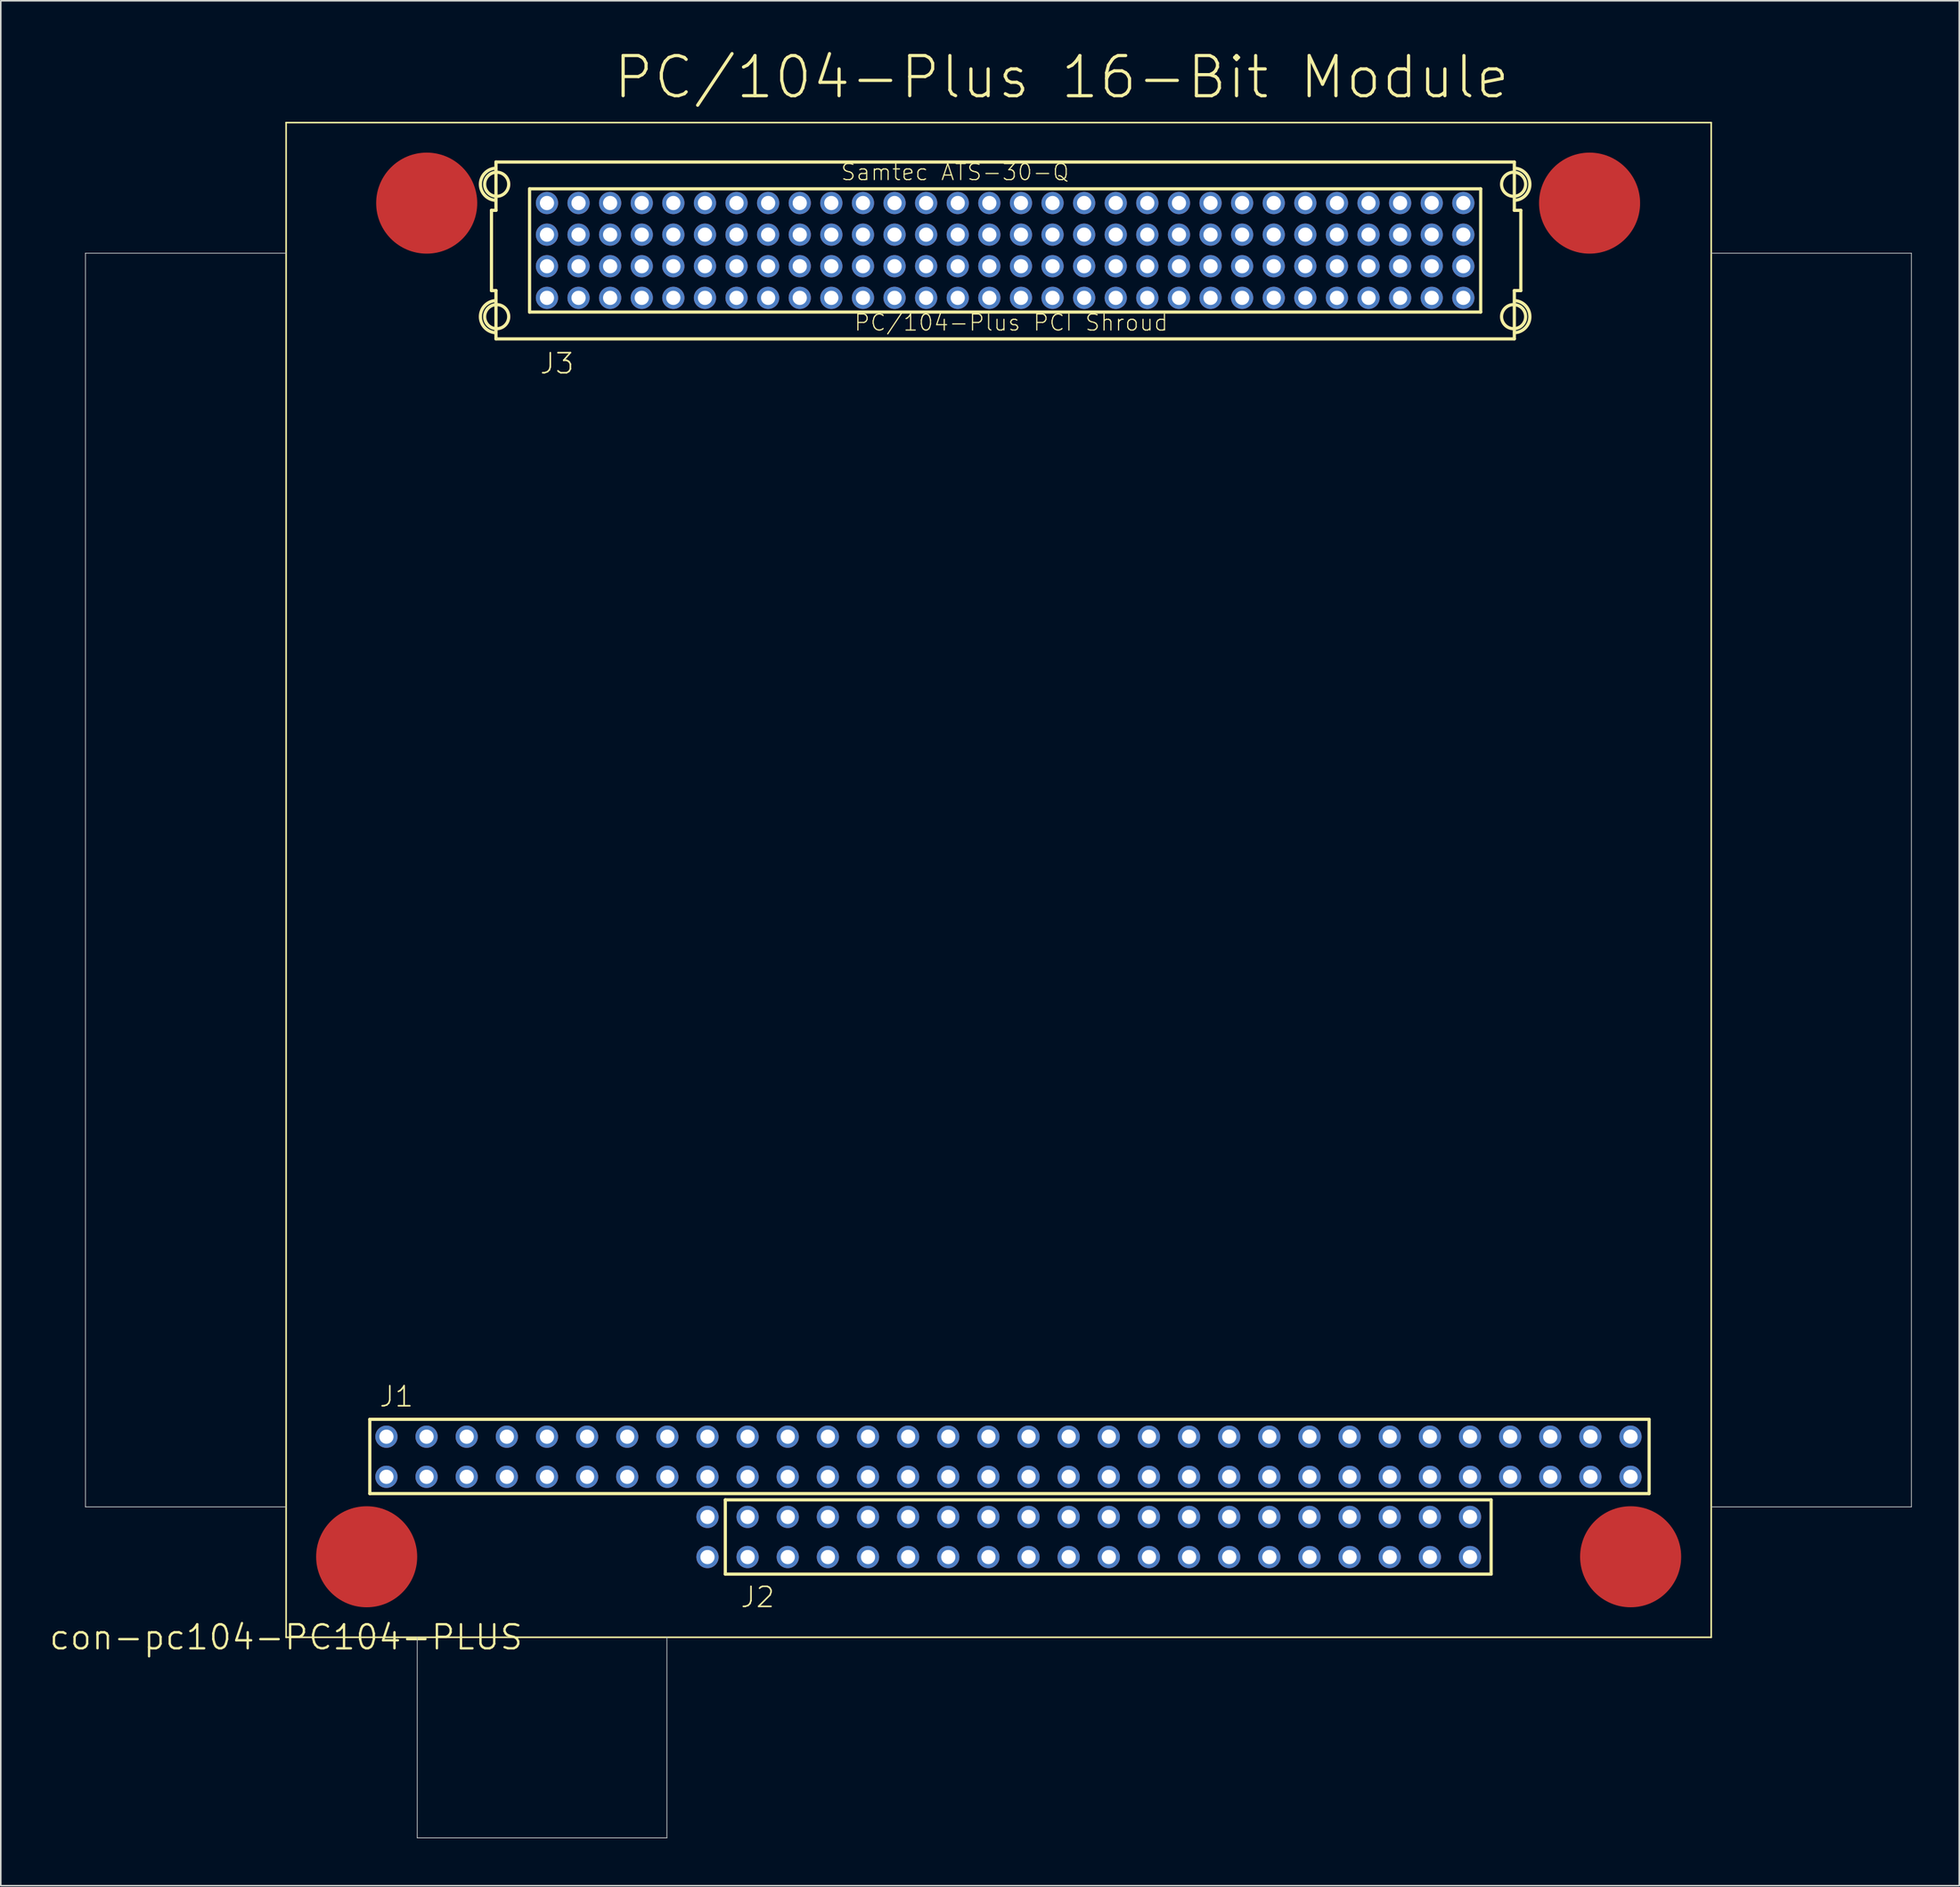
<source format=kicad_pcb>
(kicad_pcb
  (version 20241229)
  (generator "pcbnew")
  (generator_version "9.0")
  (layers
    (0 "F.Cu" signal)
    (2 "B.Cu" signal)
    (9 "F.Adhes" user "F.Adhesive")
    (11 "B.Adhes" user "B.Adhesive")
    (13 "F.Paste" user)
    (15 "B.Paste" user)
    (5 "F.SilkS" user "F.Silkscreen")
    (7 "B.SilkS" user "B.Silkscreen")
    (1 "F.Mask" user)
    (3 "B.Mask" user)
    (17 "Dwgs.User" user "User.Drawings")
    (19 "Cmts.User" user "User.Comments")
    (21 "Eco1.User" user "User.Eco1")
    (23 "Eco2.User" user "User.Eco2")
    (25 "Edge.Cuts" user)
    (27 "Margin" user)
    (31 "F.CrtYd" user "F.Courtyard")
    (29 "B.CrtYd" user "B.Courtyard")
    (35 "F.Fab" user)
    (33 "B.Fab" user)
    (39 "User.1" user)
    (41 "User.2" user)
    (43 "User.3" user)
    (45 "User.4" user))
  (footprint "con-pc104-PC104-PLUS"
    (layer "F.Cu")
    (at 15.059 100.61)
    (property "Reference" "con-pc104-PC104-PLUS" (at 0 0 0) (layer "F.SilkS") (effects (font (size 1.524 1.524) (thickness 0.15))))
    (attr exclude_from_pos_files exclude_from_bom)
    (fp_circle (center 5.098 -5.098) (end 5.098 -8.296) (stroke (width 0) (type solid)) (fill yes) (layer "F.Cu"))
    (fp_circle (center 8.898 -90.8) (end 8.898 -93.998) (stroke (width 0) (type solid)) (fill yes) (layer "F.Cu"))
    (fp_circle (center 82.499 -90.8) (end 82.499 -93.998) (stroke (width 0) (type solid)) (fill yes) (layer "F.Cu"))
    (fp_circle (center 85.098 -5.098) (end 85.098 -8.296) (stroke (width 0) (type solid)) (fill yes) (layer "F.Cu"))
    (fp_line (start 0 -95.898) (end 0 0) (stroke (width 0.1) (type solid)) (layer "F.SilkS"))
    (fp_line (start 0 0) (end 90.198 0) (stroke (width 0.1) (type solid)) (layer "F.SilkS"))
    (fp_line (start 5.298 -13.8) (end 86.269 -13.8) (stroke (width 0.203) (type solid)) (layer "F.SilkS"))
    (fp_line (start 5.298 -9.098) (end 5.298 -13.8) (stroke (width 0.203) (type solid)) (layer "F.SilkS"))
    (fp_line (start 12.997 -90.343) (end 13.282 -90.343) (stroke (width 0.203) (type solid)) (layer "F.SilkS"))
    (fp_line (start 12.997 -85.263) (end 12.997 -90.343) (stroke (width 0.203) (type solid)) (layer "F.SilkS"))
    (fp_line (start 13.282 -93.403) (end 77.737 -93.403) (stroke (width 0.203) (type solid)) (layer "F.SilkS"))
    (fp_line (start 13.282 -90.343) (end 13.282 -93.403) (stroke (width 0.203) (type solid)) (layer "F.SilkS"))
    (fp_line (start 13.282 -85.263) (end 12.997 -85.263) (stroke (width 0.203) (type solid)) (layer "F.SilkS"))
    (fp_line (start 13.282 -82.205) (end 13.282 -85.263) (stroke (width 0.203) (type solid)) (layer "F.SilkS"))
    (fp_line (start 15.408 -91.704) (end 75.608 -91.704) (stroke (width 0.203) (type solid)) (layer "F.SilkS"))
    (fp_line (start 15.408 -83.904) (end 15.408 -91.704) (stroke (width 0.203) (type solid)) (layer "F.SilkS"))
    (fp_line (start 27.798 -8.7) (end 76.269 -8.7) (stroke (width 0.203) (type solid)) (layer "F.SilkS"))
    (fp_line (start 27.798 -3.998) (end 27.798 -8.7) (stroke (width 0.203) (type solid)) (layer "F.SilkS"))
    (fp_line (start 75.608 -91.704) (end 75.608 -83.904) (stroke (width 0.203) (type solid)) (layer "F.SilkS"))
    (fp_line (start 75.608 -83.904) (end 15.408 -83.904) (stroke (width 0.203) (type solid)) (layer "F.SilkS"))
    (fp_line (start 76.269 -8.7) (end 76.269 -3.998) (stroke (width 0.203) (type solid)) (layer "F.SilkS"))
    (fp_line (start 76.269 -3.998) (end 27.798 -3.998) (stroke (width 0.203) (type solid)) (layer "F.SilkS"))
    (fp_line (start 77.737 -93.403) (end 77.737 -90.343) (stroke (width 0.203) (type solid)) (layer "F.SilkS"))
    (fp_line (start 77.737 -90.343) (end 78.148 -90.343) (stroke (width 0.203) (type solid)) (layer "F.SilkS"))
    (fp_line (start 77.737 -85.263) (end 77.737 -82.205) (stroke (width 0.203) (type solid)) (layer "F.SilkS"))
    (fp_line (start 77.737 -82.205) (end 13.282 -82.205) (stroke (width 0.203) (type solid)) (layer "F.SilkS"))
    (fp_line (start 78.148 -90.343) (end 78.148 -85.263) (stroke (width 0.203) (type solid)) (layer "F.SilkS"))
    (fp_line (start 78.148 -85.263) (end 77.737 -85.263) (stroke (width 0.203) (type solid)) (layer "F.SilkS"))
    (fp_line (start 86.269 -13.8) (end 86.269 -9.098) (stroke (width 0.203) (type solid)) (layer "F.SilkS"))
    (fp_line (start 86.269 -9.098) (end 5.298 -9.098) (stroke (width 0.203) (type solid)) (layer "F.SilkS"))
    (fp_line (start 90.198 -95.898) (end 0 -95.898) (stroke (width 0.1) (type solid)) (layer "F.SilkS"))
    (fp_line (start 90.198 0) (end 90.198 -95.898) (stroke (width 0.1) (type solid)) (layer "F.SilkS"))
    (fp_arc (start 13.25118 -90.97772) (mid 12.296698 -91.9933) (end 13.250341 -93.009667) (stroke (width 0.2032) (type solid)) (layer "F.SilkS"))
    (fp_arc (start 13.25118 -82.59572) (mid 12.296698 -83.6113) (end 13.250341 -84.627667) (stroke (width 0.2032) (type solid)) (layer "F.SilkS"))
    (fp_arc (start 77.76718 -93.00972) (mid 78.721662 -91.99414) (end 77.768019 -90.977773) (stroke (width 0.2032) (type solid)) (layer "F.SilkS"))
    (fp_arc (start 77.76718 -84.62772) (mid 78.721662 -83.61214) (end 77.768019 -82.595773) (stroke (width 0.2032) (type solid)) (layer "F.SilkS"))
    (fp_circle (center 13.327 -91.994) (end 13.327 -92.756) (stroke (width 0.203) (type solid)) (fill no) (layer "F.SilkS"))
    (fp_circle (center 13.327 -83.612) (end 13.327 -84.374) (stroke (width 0.203) (type solid)) (fill no) (layer "F.SilkS"))
    (fp_circle (center 77.691 -91.994) (end 77.691 -92.756) (stroke (width 0.203) (type solid)) (fill no) (layer "F.SilkS"))
    (fp_circle (center 77.691 -83.612) (end 77.691 -84.374) (stroke (width 0.203) (type solid)) (fill no) (layer "F.SilkS"))
    (fp_line (start -12.7 -87.63) (end -12.7 -8.255) (stroke (width 0.051) (type solid)) (layer "Dwgs.User"))
    (fp_line (start -12.7 -8.255) (end 0 -8.255) (stroke (width 0.051) (type solid)) (layer "Dwgs.User"))
    (fp_line (start 0 -87.63) (end -12.7 -87.63) (stroke (width 0.051) (type solid)) (layer "Dwgs.User"))
    (fp_line (start 8.298 0) (end 8.298 12.7) (stroke (width 0.051) (type solid)) (layer "Dwgs.User"))
    (fp_line (start 8.298 12.7) (end 24.1 12.7) (stroke (width 0.051) (type solid)) (layer "Dwgs.User"))
    (fp_line (start 24.1 12.7) (end 24.1 0) (stroke (width 0.051) (type solid)) (layer "Dwgs.User"))
    (fp_line (start 90.221 -8.255) (end 102.87 -8.255) (stroke (width 0.051) (type solid)) (layer "Dwgs.User"))
    (fp_line (start 102.87 -87.63) (end 90.17 -87.63) (stroke (width 0.051) (type solid)) (layer "Dwgs.User"))
    (fp_line (start 102.87 -8.255) (end 102.87 -87.63) (stroke (width 0.051) (type solid)) (layer "Dwgs.User"))
    (fp_text user "PC/104-Plus PCI Shroud" (at 45.89 -83.231 0) (layer "F.SilkS") (effects (font (size 1.016 1.016) (thickness 0.076))))
    (fp_text user "PC/104-Plus 16-Bit Module" (at 49.088 -98.768 0) (layer "F.SilkS") (effects (font (size 2.54 2.54) (thickness 0.203))))
    (fp_text user "J3" (at 17.145 -80.645 0) (layer "F.SilkS") (effects (font (size 1.27 1.27) (thickness 0.102))))
    (fp_text user "J2" (at 29.845 -2.54 0) (layer "F.SilkS") (effects (font (size 1.27 1.27) (thickness 0.102))))
    (fp_text user "J1" (at 6.985 -15.24 0) (layer "F.SilkS") (effects (font (size 1.27 1.27) (thickness 0.102))))
    (fp_text user "Samtec ATS-30-Q" (at 42.334 -92.756 0) (layer "F.SilkS") (effects (font (size 1.016 1.016) (thickness 0.076))))
    (pad "A1" thru_hole circle (at 6.35 -10.16) (size 1.407 1.407) (drill 0.899) (layers "*.Cu" "*.Paste" "*.Mask"))
    (pad "A2" thru_hole circle (at 8.89 -10.16) (size 1.407 1.407) (drill 0.899) (layers "*.Cu" "*.Paste" "*.Mask"))
    (pad "A3" thru_hole circle (at 11.43 -10.16) (size 1.407 1.407) (drill 0.899) (layers "*.Cu" "*.Paste" "*.Mask"))
    (pad "A4" thru_hole circle (at 13.97 -10.16) (size 1.407 1.407) (drill 0.899) (layers "*.Cu" "*.Paste" "*.Mask"))
    (pad "A5" thru_hole circle (at 16.51 -10.16) (size 1.407 1.407) (drill 0.899) (layers "*.Cu" "*.Paste" "*.Mask"))
    (pad "A6" thru_hole circle (at 19.05 -10.16) (size 1.407 1.407) (drill 0.899) (layers "*.Cu" "*.Paste" "*.Mask"))
    (pad "A7" thru_hole circle (at 21.59 -10.16) (size 1.407 1.407) (drill 0.899) (layers "*.Cu" "*.Paste" "*.Mask"))
    (pad "A8" thru_hole circle (at 24.13 -10.16) (size 1.407 1.407) (drill 0.899) (layers "*.Cu" "*.Paste" "*.Mask"))
    (pad "A9" thru_hole circle (at 26.67 -10.16) (size 1.407 1.407) (drill 0.899) (layers "*.Cu" "*.Paste" "*.Mask"))
    (pad "A10" thru_hole circle (at 29.21 -10.16) (size 1.407 1.407) (drill 0.899) (layers "*.Cu" "*.Paste" "*.Mask"))
    (pad "A11" thru_hole circle (at 31.75 -10.16) (size 1.407 1.407) (drill 0.899) (layers "*.Cu" "*.Paste" "*.Mask"))
    (pad "A12" thru_hole circle (at 34.29 -10.16) (size 1.407 1.407) (drill 0.899) (layers "*.Cu" "*.Paste" "*.Mask"))
    (pad "A13" thru_hole circle (at 36.83 -10.16) (size 1.407 1.407) (drill 0.899) (layers "*.Cu" "*.Paste" "*.Mask"))
    (pad "A14" thru_hole circle (at 39.37 -10.16) (size 1.407 1.407) (drill 0.899) (layers "*.Cu" "*.Paste" "*.Mask"))
    (pad "A15" thru_hole circle (at 41.91 -10.16) (size 1.407 1.407) (drill 0.899) (layers "*.Cu" "*.Paste" "*.Mask"))
    (pad "A16" thru_hole circle (at 44.45 -10.16) (size 1.407 1.407) (drill 0.899) (layers "*.Cu" "*.Paste" "*.Mask"))
    (pad "A17" thru_hole circle (at 46.99 -10.16) (size 1.407 1.407) (drill 0.899) (layers "*.Cu" "*.Paste" "*.Mask"))
    (pad "A18" thru_hole circle (at 49.53 -10.16) (size 1.407 1.407) (drill 0.899) (layers "*.Cu" "*.Paste" "*.Mask"))
    (pad "A19" thru_hole circle (at 52.07 -10.16) (size 1.407 1.407) (drill 0.899) (layers "*.Cu" "*.Paste" "*.Mask"))
    (pad "A20" thru_hole circle (at 54.61 -10.16) (size 1.407 1.407) (drill 0.899) (layers "*.Cu" "*.Paste" "*.Mask"))
    (pad "A21" thru_hole circle (at 57.15 -10.16) (size 1.407 1.407) (drill 0.899) (layers "*.Cu" "*.Paste" "*.Mask"))
    (pad "A22" thru_hole circle (at 59.69 -10.16) (size 1.407 1.407) (drill 0.899) (layers "*.Cu" "*.Paste" "*.Mask"))
    (pad "A23" thru_hole circle (at 62.23 -10.16) (size 1.407 1.407) (drill 0.899) (layers "*.Cu" "*.Paste" "*.Mask"))
    (pad "A24" thru_hole circle (at 64.77 -10.16) (size 1.407 1.407) (drill 0.899) (layers "*.Cu" "*.Paste" "*.Mask"))
    (pad "A25" thru_hole circle (at 67.31 -10.16) (size 1.407 1.407) (drill 0.899) (layers "*.Cu" "*.Paste" "*.Mask"))
    (pad "A26" thru_hole circle (at 69.85 -10.16) (size 1.407 1.407) (drill 0.899) (layers "*.Cu" "*.Paste" "*.Mask"))
    (pad "A27" thru_hole circle (at 72.39 -10.16) (size 1.407 1.407) (drill 0.899) (layers "*.Cu" "*.Paste" "*.Mask"))
    (pad "A28" thru_hole circle (at 74.93 -10.16) (size 1.407 1.407) (drill 0.899) (layers "*.Cu" "*.Paste" "*.Mask"))
    (pad "A29" thru_hole circle (at 77.47 -10.16) (size 1.407 1.407) (drill 0.899) (layers "*.Cu" "*.Paste" "*.Mask"))
    (pad "A30" thru_hole circle (at 80.01 -10.16) (size 1.407 1.407) (drill 0.899) (layers "*.Cu" "*.Paste" "*.Mask"))
    (pad "A31" thru_hole circle (at 82.55 -10.16) (size 1.407 1.407) (drill 0.899) (layers "*.Cu" "*.Paste" "*.Mask"))
    (pad "A32" thru_hole circle (at 85.09 -10.16) (size 1.407 1.407) (drill 0.899) (layers "*.Cu" "*.Paste" "*.Mask"))
    (pad "B1" thru_hole circle (at 6.35 -12.7) (size 1.407 1.407) (drill 0.899) (layers "*.Cu" "*.Paste" "*.Mask"))
    (pad "B2" thru_hole circle (at 8.89 -12.7) (size 1.407 1.407) (drill 0.899) (layers "*.Cu" "*.Paste" "*.Mask"))
    (pad "B3" thru_hole circle (at 11.43 -12.7) (size 1.407 1.407) (drill 0.899) (layers "*.Cu" "*.Paste" "*.Mask"))
    (pad "B4" thru_hole circle (at 13.97 -12.7) (size 1.407 1.407) (drill 0.899) (layers "*.Cu" "*.Paste" "*.Mask"))
    (pad "B5" thru_hole circle (at 16.51 -12.7) (size 1.407 1.407) (drill 0.899) (layers "*.Cu" "*.Paste" "*.Mask"))
    (pad "B6" thru_hole circle (at 19.05 -12.7) (size 1.407 1.407) (drill 0.899) (layers "*.Cu" "*.Paste" "*.Mask"))
    (pad "B7" thru_hole circle (at 21.59 -12.7) (size 1.407 1.407) (drill 0.899) (layers "*.Cu" "*.Paste" "*.Mask"))
    (pad "B8" thru_hole circle (at 24.13 -12.7) (size 1.407 1.407) (drill 0.899) (layers "*.Cu" "*.Paste" "*.Mask"))
    (pad "B9" thru_hole circle (at 26.67 -12.7) (size 1.407 1.407) (drill 0.899) (layers "*.Cu" "*.Paste" "*.Mask"))
    (pad "B10" thru_hole circle (at 29.21 -12.7) (size 1.407 1.407) (drill 0.899) (layers "*.Cu" "*.Paste" "*.Mask"))
    (pad "B11" thru_hole circle (at 31.75 -12.7) (size 1.407 1.407) (drill 0.899) (layers "*.Cu" "*.Paste" "*.Mask"))
    (pad "B12" thru_hole circle (at 34.29 -12.7) (size 1.407 1.407) (drill 0.899) (layers "*.Cu" "*.Paste" "*.Mask"))
    (pad "B13" thru_hole circle (at 36.83 -12.7) (size 1.407 1.407) (drill 0.899) (layers "*.Cu" "*.Paste" "*.Mask"))
    (pad "B14" thru_hole circle (at 39.37 -12.7) (size 1.407 1.407) (drill 0.899) (layers "*.Cu" "*.Paste" "*.Mask"))
    (pad "B15" thru_hole circle (at 41.91 -12.7) (size 1.407 1.407) (drill 0.899) (layers "*.Cu" "*.Paste" "*.Mask"))
    (pad "B16" thru_hole circle (at 44.45 -12.7) (size 1.407 1.407) (drill 0.899) (layers "*.Cu" "*.Paste" "*.Mask"))
    (pad "B17" thru_hole circle (at 46.99 -12.7) (size 1.407 1.407) (drill 0.899) (layers "*.Cu" "*.Paste" "*.Mask"))
    (pad "B18" thru_hole circle (at 49.53 -12.7) (size 1.407 1.407) (drill 0.899) (layers "*.Cu" "*.Paste" "*.Mask"))
    (pad "B19" thru_hole circle (at 52.07 -12.7) (size 1.407 1.407) (drill 0.899) (layers "*.Cu" "*.Paste" "*.Mask"))
    (pad "B20" thru_hole circle (at 54.61 -12.7) (size 1.407 1.407) (drill 0.899) (layers "*.Cu" "*.Paste" "*.Mask"))
    (pad "B21" thru_hole circle (at 57.15 -12.7) (size 1.407 1.407) (drill 0.899) (layers "*.Cu" "*.Paste" "*.Mask"))
    (pad "B22" thru_hole circle (at 59.69 -12.7) (size 1.407 1.407) (drill 0.899) (layers "*.Cu" "*.Paste" "*.Mask"))
    (pad "B23" thru_hole circle (at 62.23 -12.7) (size 1.407 1.407) (drill 0.899) (layers "*.Cu" "*.Paste" "*.Mask"))
    (pad "B24" thru_hole circle (at 64.77 -12.7) (size 1.407 1.407) (drill 0.899) (layers "*.Cu" "*.Paste" "*.Mask"))
    (pad "B25" thru_hole circle (at 67.31 -12.7) (size 1.407 1.407) (drill 0.899) (layers "*.Cu" "*.Paste" "*.Mask"))
    (pad "B26" thru_hole circle (at 69.85 -12.7) (size 1.407 1.407) (drill 0.899) (layers "*.Cu" "*.Paste" "*.Mask"))
    (pad "B27" thru_hole circle (at 72.39 -12.7) (size 1.407 1.407) (drill 0.899) (layers "*.Cu" "*.Paste" "*.Mask"))
    (pad "B28" thru_hole circle (at 74.93 -12.7) (size 1.407 1.407) (drill 0.899) (layers "*.Cu" "*.Paste" "*.Mask"))
    (pad "B29" thru_hole circle (at 77.47 -12.7) (size 1.407 1.407) (drill 0.899) (layers "*.Cu" "*.Paste" "*.Mask"))
    (pad "B30" thru_hole circle (at 80.01 -12.7) (size 1.407 1.407) (drill 0.899) (layers "*.Cu" "*.Paste" "*.Mask"))
    (pad "B31" thru_hole circle (at 82.55 -12.7) (size 1.407 1.407) (drill 0.899) (layers "*.Cu" "*.Paste" "*.Mask"))
    (pad "B32" thru_hole circle (at 85.09 -12.7) (size 1.407 1.407) (drill 0.899) (layers "*.Cu" "*.Paste" "*.Mask"))
    (pad "C0" thru_hole circle (at 26.67 -7.62) (size 1.407 1.407) (drill 0.899) (layers "*.Cu" "*.Paste" "*.Mask"))
    (pad "C1" thru_hole circle (at 29.21 -7.62) (size 1.407 1.407) (drill 0.899) (layers "*.Cu" "*.Paste" "*.Mask"))
    (pad "C2" thru_hole circle (at 31.75 -7.62) (size 1.407 1.407) (drill 0.899) (layers "*.Cu" "*.Paste" "*.Mask"))
    (pad "C3" thru_hole circle (at 34.29 -7.62) (size 1.407 1.407) (drill 0.899) (layers "*.Cu" "*.Paste" "*.Mask"))
    (pad "C4" thru_hole circle (at 36.83 -7.62) (size 1.407 1.407) (drill 0.899) (layers "*.Cu" "*.Paste" "*.Mask"))
    (pad "C5" thru_hole circle (at 39.37 -7.62) (size 1.407 1.407) (drill 0.899) (layers "*.Cu" "*.Paste" "*.Mask"))
    (pad "C6" thru_hole circle (at 41.91 -7.62) (size 1.407 1.407) (drill 0.899) (layers "*.Cu" "*.Paste" "*.Mask"))
    (pad "C7" thru_hole circle (at 44.45 -7.62) (size 1.407 1.407) (drill 0.899) (layers "*.Cu" "*.Paste" "*.Mask"))
    (pad "C8" thru_hole circle (at 46.99 -7.62) (size 1.407 1.407) (drill 0.899) (layers "*.Cu" "*.Paste" "*.Mask"))
    (pad "C9" thru_hole circle (at 49.53 -7.62) (size 1.407 1.407) (drill 0.899) (layers "*.Cu" "*.Paste" "*.Mask"))
    (pad "C10" thru_hole circle (at 52.07 -7.62) (size 1.407 1.407) (drill 0.899) (layers "*.Cu" "*.Paste" "*.Mask"))
    (pad "C11" thru_hole circle (at 54.61 -7.62) (size 1.407 1.407) (drill 0.899) (layers "*.Cu" "*.Paste" "*.Mask"))
    (pad "C12" thru_hole circle (at 57.15 -7.62) (size 1.407 1.407) (drill 0.899) (layers "*.Cu" "*.Paste" "*.Mask"))
    (pad "C13" thru_hole circle (at 59.69 -7.62) (size 1.407 1.407) (drill 0.899) (layers "*.Cu" "*.Paste" "*.Mask"))
    (pad "C14" thru_hole circle (at 62.23 -7.62) (size 1.407 1.407) (drill 0.899) (layers "*.Cu" "*.Paste" "*.Mask"))
    (pad "C15" thru_hole circle (at 64.77 -7.62) (size 1.407 1.407) (drill 0.899) (layers "*.Cu" "*.Paste" "*.Mask"))
    (pad "C16" thru_hole circle (at 67.31 -7.62) (size 1.407 1.407) (drill 0.899) (layers "*.Cu" "*.Paste" "*.Mask"))
    (pad "C17" thru_hole circle (at 69.85 -7.62) (size 1.407 1.407) (drill 0.899) (layers "*.Cu" "*.Paste" "*.Mask"))
    (pad "C18" thru_hole circle (at 72.39 -7.62) (size 1.407 1.407) (drill 0.899) (layers "*.Cu" "*.Paste" "*.Mask"))
    (pad "C19" thru_hole circle (at 74.93 -7.62) (size 1.407 1.407) (drill 0.899) (layers "*.Cu" "*.Paste" "*.Mask"))
    (pad "D0" thru_hole circle (at 26.67 -5.08) (size 1.407 1.407) (drill 0.899) (layers "*.Cu" "*.Paste" "*.Mask"))
    (pad "D1" thru_hole circle (at 29.21 -5.08) (size 1.407 1.407) (drill 0.899) (layers "*.Cu" "*.Paste" "*.Mask"))
    (pad "D2" thru_hole circle (at 31.75 -5.08) (size 1.407 1.407) (drill 0.899) (layers "*.Cu" "*.Paste" "*.Mask"))
    (pad "D3" thru_hole circle (at 34.29 -5.08) (size 1.407 1.407) (drill 0.899) (layers "*.Cu" "*.Paste" "*.Mask"))
    (pad "D4" thru_hole circle (at 36.83 -5.08) (size 1.407 1.407) (drill 0.899) (layers "*.Cu" "*.Paste" "*.Mask"))
    (pad "D5" thru_hole circle (at 39.37 -5.08) (size 1.407 1.407) (drill 0.899) (layers "*.Cu" "*.Paste" "*.Mask"))
    (pad "D6" thru_hole circle (at 41.91 -5.08) (size 1.407 1.407) (drill 0.899) (layers "*.Cu" "*.Paste" "*.Mask"))
    (pad "D7" thru_hole circle (at 44.45 -5.08) (size 1.407 1.407) (drill 0.899) (layers "*.Cu" "*.Paste" "*.Mask"))
    (pad "D8" thru_hole circle (at 46.99 -5.08) (size 1.407 1.407) (drill 0.899) (layers "*.Cu" "*.Paste" "*.Mask"))
    (pad "D9" thru_hole circle (at 49.53 -5.08) (size 1.407 1.407) (drill 0.899) (layers "*.Cu" "*.Paste" "*.Mask"))
    (pad "D10" thru_hole circle (at 52.07 -5.08) (size 1.407 1.407) (drill 0.899) (layers "*.Cu" "*.Paste" "*.Mask"))
    (pad "D11" thru_hole circle (at 54.61 -5.08) (size 1.407 1.407) (drill 0.899) (layers "*.Cu" "*.Paste" "*.Mask"))
    (pad "D12" thru_hole circle (at 57.15 -5.08) (size 1.407 1.407) (drill 0.899) (layers "*.Cu" "*.Paste" "*.Mask"))
    (pad "D13" thru_hole circle (at 59.69 -5.08) (size 1.407 1.407) (drill 0.899) (layers "*.Cu" "*.Paste" "*.Mask"))
    (pad "D14" thru_hole circle (at 62.23 -5.08) (size 1.407 1.407) (drill 0.899) (layers "*.Cu" "*.Paste" "*.Mask"))
    (pad "D15" thru_hole circle (at 64.77 -5.08) (size 1.407 1.407) (drill 0.899) (layers "*.Cu" "*.Paste" "*.Mask"))
    (pad "D16" thru_hole circle (at 67.31 -5.08) (size 1.407 1.407) (drill 0.899) (layers "*.Cu" "*.Paste" "*.Mask"))
    (pad "D17" thru_hole circle (at 69.85 -5.08) (size 1.407 1.407) (drill 0.899) (layers "*.Cu" "*.Paste" "*.Mask"))
    (pad "D18" thru_hole circle (at 72.39 -5.08) (size 1.407 1.407) (drill 0.899) (layers "*.Cu" "*.Paste" "*.Mask"))
    (pad "D19" thru_hole circle (at 74.93 -5.08) (size 1.407 1.407) (drill 0.899) (layers "*.Cu" "*.Paste" "*.Mask"))
    (pad "J3-A" thru_hole circle (at 16.51 -84.803) (size 1.407 1.407) (drill 0.899) (layers "*.Cu" "*.Paste" "*.Mask"))
    (pad "J3-A" thru_hole circle (at 18.509 -84.803) (size 1.407 1.407) (drill 0.899) (layers "*.Cu" "*.Paste" "*.Mask"))
    (pad "J3-A" thru_hole circle (at 20.508 -84.803) (size 1.407 1.407) (drill 0.899) (layers "*.Cu" "*.Paste" "*.Mask"))
    (pad "J3-A" thru_hole circle (at 22.509 -84.803) (size 1.407 1.407) (drill 0.899) (layers "*.Cu" "*.Paste" "*.Mask"))
    (pad "J3-A" thru_hole circle (at 24.508 -84.803) (size 1.407 1.407) (drill 0.899) (layers "*.Cu" "*.Paste" "*.Mask"))
    (pad "J3-A" thru_hole circle (at 26.51 -84.803) (size 1.407 1.407) (drill 0.899) (layers "*.Cu" "*.Paste" "*.Mask"))
    (pad "J3-A" thru_hole circle (at 28.509 -84.803) (size 1.407 1.407) (drill 0.899) (layers "*.Cu" "*.Paste" "*.Mask"))
    (pad "J3-A" thru_hole circle (at 30.508 -84.803) (size 1.407 1.407) (drill 0.899) (layers "*.Cu" "*.Paste" "*.Mask"))
    (pad "J3-A" thru_hole circle (at 32.509 -84.803) (size 1.407 1.407) (drill 0.899) (layers "*.Cu" "*.Paste" "*.Mask"))
    (pad "J3-A" thru_hole circle (at 34.508 -84.803) (size 1.407 1.407) (drill 0.899) (layers "*.Cu" "*.Paste" "*.Mask"))
    (pad "J3-A" thru_hole circle (at 36.51 -84.803) (size 1.407 1.407) (drill 0.899) (layers "*.Cu" "*.Paste" "*.Mask"))
    (pad "J3-A" thru_hole circle (at 38.509 -84.803) (size 1.407 1.407) (drill 0.899) (layers "*.Cu" "*.Paste" "*.Mask"))
    (pad "J3-A" thru_hole circle (at 40.508 -84.803) (size 1.407 1.407) (drill 0.899) (layers "*.Cu" "*.Paste" "*.Mask"))
    (pad "J3-A" thru_hole circle (at 42.509 -84.803) (size 1.407 1.407) (drill 0.899) (layers "*.Cu" "*.Paste" "*.Mask"))
    (pad "J3-A" thru_hole circle (at 44.508 -84.803) (size 1.407 1.407) (drill 0.899) (layers "*.Cu" "*.Paste" "*.Mask"))
    (pad "J3-A" thru_hole circle (at 46.51 -84.803) (size 1.407 1.407) (drill 0.899) (layers "*.Cu" "*.Paste" "*.Mask"))
    (pad "J3-A" thru_hole circle (at 48.509 -84.803) (size 1.407 1.407) (drill 0.899) (layers "*.Cu" "*.Paste" "*.Mask"))
    (pad "J3-A" thru_hole circle (at 50.508 -84.803) (size 1.407 1.407) (drill 0.899) (layers "*.Cu" "*.Paste" "*.Mask"))
    (pad "J3-A" thru_hole circle (at 52.509 -84.803) (size 1.407 1.407) (drill 0.899) (layers "*.Cu" "*.Paste" "*.Mask"))
    (pad "J3-A" thru_hole circle (at 54.508 -84.803) (size 1.407 1.407) (drill 0.899) (layers "*.Cu" "*.Paste" "*.Mask"))
    (pad "J3-A" thru_hole circle (at 56.51 -84.803) (size 1.407 1.407) (drill 0.899) (layers "*.Cu" "*.Paste" "*.Mask"))
    (pad "J3-A" thru_hole circle (at 58.509 -84.803) (size 1.407 1.407) (drill 0.899) (layers "*.Cu" "*.Paste" "*.Mask"))
    (pad "J3-A" thru_hole circle (at 60.508 -84.803) (size 1.407 1.407) (drill 0.899) (layers "*.Cu" "*.Paste" "*.Mask"))
    (pad "J3-A" thru_hole circle (at 62.509 -84.803) (size 1.407 1.407) (drill 0.899) (layers "*.Cu" "*.Paste" "*.Mask"))
    (pad "J3-A" thru_hole circle (at 64.508 -84.803) (size 1.407 1.407) (drill 0.899) (layers "*.Cu" "*.Paste" "*.Mask"))
    (pad "J3-A" thru_hole circle (at 66.51 -84.803) (size 1.407 1.407) (drill 0.899) (layers "*.Cu" "*.Paste" "*.Mask"))
    (pad "J3-A" thru_hole circle (at 68.509 -84.803) (size 1.407 1.407) (drill 0.899) (layers "*.Cu" "*.Paste" "*.Mask"))
    (pad "J3-A" thru_hole circle (at 70.508 -84.803) (size 1.407 1.407) (drill 0.899) (layers "*.Cu" "*.Paste" "*.Mask"))
    (pad "J3-A" thru_hole circle (at 72.509 -84.803) (size 1.407 1.407) (drill 0.899) (layers "*.Cu" "*.Paste" "*.Mask"))
    (pad "J3-A" thru_hole circle (at 74.508 -84.803) (size 1.407 1.407) (drill 0.899) (layers "*.Cu" "*.Paste" "*.Mask"))
    (pad "J3-B" thru_hole circle (at 16.51 -86.805) (size 1.407 1.407) (drill 0.899) (layers "*.Cu" "*.Paste" "*.Mask"))
    (pad "J3-B" thru_hole circle (at 18.509 -86.805) (size 1.407 1.407) (drill 0.899) (layers "*.Cu" "*.Paste" "*.Mask"))
    (pad "J3-B" thru_hole circle (at 20.508 -86.805) (size 1.407 1.407) (drill 0.899) (layers "*.Cu" "*.Paste" "*.Mask"))
    (pad "J3-B" thru_hole circle (at 22.509 -86.805) (size 1.407 1.407) (drill 0.899) (layers "*.Cu" "*.Paste" "*.Mask"))
    (pad "J3-B" thru_hole circle (at 24.508 -86.805) (size 1.407 1.407) (drill 0.899) (layers "*.Cu" "*.Paste" "*.Mask"))
    (pad "J3-B" thru_hole circle (at 26.51 -86.805) (size 1.407 1.407) (drill 0.899) (layers "*.Cu" "*.Paste" "*.Mask"))
    (pad "J3-B" thru_hole circle (at 28.509 -86.805) (size 1.407 1.407) (drill 0.899) (layers "*.Cu" "*.Paste" "*.Mask"))
    (pad "J3-B" thru_hole circle (at 30.508 -86.805) (size 1.407 1.407) (drill 0.899) (layers "*.Cu" "*.Paste" "*.Mask"))
    (pad "J3-B" thru_hole circle (at 32.509 -86.805) (size 1.407 1.407) (drill 0.899) (layers "*.Cu" "*.Paste" "*.Mask"))
    (pad "J3-B" thru_hole circle (at 34.508 -86.805) (size 1.407 1.407) (drill 0.899) (layers "*.Cu" "*.Paste" "*.Mask"))
    (pad "J3-B" thru_hole circle (at 36.51 -86.805) (size 1.407 1.407) (drill 0.899) (layers "*.Cu" "*.Paste" "*.Mask"))
    (pad "J3-B" thru_hole circle (at 38.509 -86.805) (size 1.407 1.407) (drill 0.899) (layers "*.Cu" "*.Paste" "*.Mask"))
    (pad "J3-B" thru_hole circle (at 40.508 -86.805) (size 1.407 1.407) (drill 0.899) (layers "*.Cu" "*.Paste" "*.Mask"))
    (pad "J3-B" thru_hole circle (at 42.509 -86.805) (size 1.407 1.407) (drill 0.899) (layers "*.Cu" "*.Paste" "*.Mask"))
    (pad "J3-B" thru_hole circle (at 44.508 -86.805) (size 1.407 1.407) (drill 0.899) (layers "*.Cu" "*.Paste" "*.Mask"))
    (pad "J3-B" thru_hole circle (at 46.51 -86.805) (size 1.407 1.407) (drill 0.899) (layers "*.Cu" "*.Paste" "*.Mask"))
    (pad "J3-B" thru_hole circle (at 48.509 -86.805) (size 1.407 1.407) (drill 0.899) (layers "*.Cu" "*.Paste" "*.Mask"))
    (pad "J3-B" thru_hole circle (at 50.508 -86.805) (size 1.407 1.407) (drill 0.899) (layers "*.Cu" "*.Paste" "*.Mask"))
    (pad "J3-B" thru_hole circle (at 52.509 -86.805) (size 1.407 1.407) (drill 0.899) (layers "*.Cu" "*.Paste" "*.Mask"))
    (pad "J3-B" thru_hole circle (at 54.508 -86.805) (size 1.407 1.407) (drill 0.899) (layers "*.Cu" "*.Paste" "*.Mask"))
    (pad "J3-B" thru_hole circle (at 56.51 -86.805) (size 1.407 1.407) (drill 0.899) (layers "*.Cu" "*.Paste" "*.Mask"))
    (pad "J3-B" thru_hole circle (at 58.509 -86.805) (size 1.407 1.407) (drill 0.899) (layers "*.Cu" "*.Paste" "*.Mask"))
    (pad "J3-B" thru_hole circle (at 60.508 -86.805) (size 1.407 1.407) (drill 0.899) (layers "*.Cu" "*.Paste" "*.Mask"))
    (pad "J3-B" thru_hole circle (at 62.509 -86.805) (size 1.407 1.407) (drill 0.899) (layers "*.Cu" "*.Paste" "*.Mask"))
    (pad "J3-B" thru_hole circle (at 64.508 -86.805) (size 1.407 1.407) (drill 0.899) (layers "*.Cu" "*.Paste" "*.Mask"))
    (pad "J3-B" thru_hole circle (at 66.51 -86.805) (size 1.407 1.407) (drill 0.899) (layers "*.Cu" "*.Paste" "*.Mask"))
    (pad "J3-B" thru_hole circle (at 68.509 -86.805) (size 1.407 1.407) (drill 0.899) (layers "*.Cu" "*.Paste" "*.Mask"))
    (pad "J3-B" thru_hole circle (at 70.508 -86.805) (size 1.407 1.407) (drill 0.899) (layers "*.Cu" "*.Paste" "*.Mask"))
    (pad "J3-B" thru_hole circle (at 72.509 -86.805) (size 1.407 1.407) (drill 0.899) (layers "*.Cu" "*.Paste" "*.Mask"))
    (pad "J3-B" thru_hole circle (at 74.508 -86.805) (size 1.407 1.407) (drill 0.899) (layers "*.Cu" "*.Paste" "*.Mask"))
    (pad "J3-C" thru_hole circle (at 16.51 -88.803) (size 1.407 1.407) (drill 0.899) (layers "*.Cu" "*.Paste" "*.Mask"))
    (pad "J3-C" thru_hole circle (at 18.509 -88.803) (size 1.407 1.407) (drill 0.899) (layers "*.Cu" "*.Paste" "*.Mask"))
    (pad "J3-C" thru_hole circle (at 20.508 -88.803) (size 1.407 1.407) (drill 0.899) (layers "*.Cu" "*.Paste" "*.Mask"))
    (pad "J3-C" thru_hole circle (at 22.509 -88.803) (size 1.407 1.407) (drill 0.899) (layers "*.Cu" "*.Paste" "*.Mask"))
    (pad "J3-C" thru_hole circle (at 24.508 -88.803) (size 1.407 1.407) (drill 0.899) (layers "*.Cu" "*.Paste" "*.Mask"))
    (pad "J3-C" thru_hole circle (at 26.51 -88.803) (size 1.407 1.407) (drill 0.899) (layers "*.Cu" "*.Paste" "*.Mask"))
    (pad "J3-C" thru_hole circle (at 28.509 -88.803) (size 1.407 1.407) (drill 0.899) (layers "*.Cu" "*.Paste" "*.Mask"))
    (pad "J3-C" thru_hole circle (at 30.508 -88.803) (size 1.407 1.407) (drill 0.899) (layers "*.Cu" "*.Paste" "*.Mask"))
    (pad "J3-C" thru_hole circle (at 32.509 -88.803) (size 1.407 1.407) (drill 0.899) (layers "*.Cu" "*.Paste" "*.Mask"))
    (pad "J3-C" thru_hole circle (at 34.508 -88.803) (size 1.407 1.407) (drill 0.899) (layers "*.Cu" "*.Paste" "*.Mask"))
    (pad "J3-C" thru_hole circle (at 36.51 -88.803) (size 1.407 1.407) (drill 0.899) (layers "*.Cu" "*.Paste" "*.Mask"))
    (pad "J3-C" thru_hole circle (at 38.509 -88.803) (size 1.407 1.407) (drill 0.899) (layers "*.Cu" "*.Paste" "*.Mask"))
    (pad "J3-C" thru_hole circle (at 40.508 -88.803) (size 1.407 1.407) (drill 0.899) (layers "*.Cu" "*.Paste" "*.Mask"))
    (pad "J3-C" thru_hole circle (at 42.509 -88.803) (size 1.407 1.407) (drill 0.899) (layers "*.Cu" "*.Paste" "*.Mask"))
    (pad "J3-C" thru_hole circle (at 44.508 -88.803) (size 1.407 1.407) (drill 0.899) (layers "*.Cu" "*.Paste" "*.Mask"))
    (pad "J3-C" thru_hole circle (at 46.51 -88.803) (size 1.407 1.407) (drill 0.899) (layers "*.Cu" "*.Paste" "*.Mask"))
    (pad "J3-C" thru_hole circle (at 48.509 -88.803) (size 1.407 1.407) (drill 0.899) (layers "*.Cu" "*.Paste" "*.Mask"))
    (pad "J3-C" thru_hole circle (at 50.508 -88.803) (size 1.407 1.407) (drill 0.899) (layers "*.Cu" "*.Paste" "*.Mask"))
    (pad "J3-C" thru_hole circle (at 52.509 -88.803) (size 1.407 1.407) (drill 0.899) (layers "*.Cu" "*.Paste" "*.Mask"))
    (pad "J3-C" thru_hole circle (at 54.508 -88.803) (size 1.407 1.407) (drill 0.899) (layers "*.Cu" "*.Paste" "*.Mask"))
    (pad "J3-C" thru_hole circle (at 56.51 -88.803) (size 1.407 1.407) (drill 0.899) (layers "*.Cu" "*.Paste" "*.Mask"))
    (pad "J3-C" thru_hole circle (at 58.509 -88.803) (size 1.407 1.407) (drill 0.899) (layers "*.Cu" "*.Paste" "*.Mask"))
    (pad "J3-C" thru_hole circle (at 60.508 -88.803) (size 1.407 1.407) (drill 0.899) (layers "*.Cu" "*.Paste" "*.Mask"))
    (pad "J3-C" thru_hole circle (at 62.509 -88.803) (size 1.407 1.407) (drill 0.899) (layers "*.Cu" "*.Paste" "*.Mask"))
    (pad "J3-C" thru_hole circle (at 64.508 -88.803) (size 1.407 1.407) (drill 0.899) (layers "*.Cu" "*.Paste" "*.Mask"))
    (pad "J3-C" thru_hole circle (at 66.51 -88.803) (size 1.407 1.407) (drill 0.899) (layers "*.Cu" "*.Paste" "*.Mask"))
    (pad "J3-C" thru_hole circle (at 68.509 -88.803) (size 1.407 1.407) (drill 0.899) (layers "*.Cu" "*.Paste" "*.Mask"))
    (pad "J3-C" thru_hole circle (at 70.508 -88.803) (size 1.407 1.407) (drill 0.899) (layers "*.Cu" "*.Paste" "*.Mask"))
    (pad "J3-C" thru_hole circle (at 72.509 -88.803) (size 1.407 1.407) (drill 0.899) (layers "*.Cu" "*.Paste" "*.Mask"))
    (pad "J3-C" thru_hole circle (at 74.508 -88.803) (size 1.407 1.407) (drill 0.899) (layers "*.Cu" "*.Paste" "*.Mask"))
    (pad "J3-D" thru_hole circle (at 16.51 -90.805) (size 1.407 1.407) (drill 0.899) (layers "*.Cu" "*.Paste" "*.Mask"))
    (pad "J3-D" thru_hole circle (at 18.509 -90.805) (size 1.407 1.407) (drill 0.899) (layers "*.Cu" "*.Paste" "*.Mask"))
    (pad "J3-D" thru_hole circle (at 20.508 -90.805) (size 1.407 1.407) (drill 0.899) (layers "*.Cu" "*.Paste" "*.Mask"))
    (pad "J3-D" thru_hole circle (at 22.509 -90.805) (size 1.407 1.407) (drill 0.899) (layers "*.Cu" "*.Paste" "*.Mask"))
    (pad "J3-D" thru_hole circle (at 24.508 -90.805) (size 1.407 1.407) (drill 0.899) (layers "*.Cu" "*.Paste" "*.Mask"))
    (pad "J3-D" thru_hole circle (at 26.51 -90.805) (size 1.407 1.407) (drill 0.899) (layers "*.Cu" "*.Paste" "*.Mask"))
    (pad "J3-D" thru_hole circle (at 28.509 -90.805) (size 1.407 1.407) (drill 0.899) (layers "*.Cu" "*.Paste" "*.Mask"))
    (pad "J3-D" thru_hole circle (at 30.508 -90.805) (size 1.407 1.407) (drill 0.899) (layers "*.Cu" "*.Paste" "*.Mask"))
    (pad "J3-D" thru_hole circle (at 32.509 -90.805) (size 1.407 1.407) (drill 0.899) (layers "*.Cu" "*.Paste" "*.Mask"))
    (pad "J3-D" thru_hole circle (at 34.508 -90.805) (size 1.407 1.407) (drill 0.899) (layers "*.Cu" "*.Paste" "*.Mask"))
    (pad "J3-D" thru_hole circle (at 36.51 -90.805) (size 1.407 1.407) (drill 0.899) (layers "*.Cu" "*.Paste" "*.Mask"))
    (pad "J3-D" thru_hole circle (at 38.509 -90.805) (size 1.407 1.407) (drill 0.899) (layers "*.Cu" "*.Paste" "*.Mask"))
    (pad "J3-D" thru_hole circle (at 40.508 -90.805) (size 1.407 1.407) (drill 0.899) (layers "*.Cu" "*.Paste" "*.Mask"))
    (pad "J3-D" thru_hole circle (at 42.509 -90.805) (size 1.407 1.407) (drill 0.899) (layers "*.Cu" "*.Paste" "*.Mask"))
    (pad "J3-D" thru_hole circle (at 44.508 -90.805) (size 1.407 1.407) (drill 0.899) (layers "*.Cu" "*.Paste" "*.Mask"))
    (pad "J3-D" thru_hole circle (at 46.51 -90.805) (size 1.407 1.407) (drill 0.899) (layers "*.Cu" "*.Paste" "*.Mask"))
    (pad "J3-D" thru_hole circle (at 48.509 -90.805) (size 1.407 1.407) (drill 0.899) (layers "*.Cu" "*.Paste" "*.Mask"))
    (pad "J3-D" thru_hole circle (at 50.508 -90.805) (size 1.407 1.407) (drill 0.899) (layers "*.Cu" "*.Paste" "*.Mask"))
    (pad "J3-D" thru_hole circle (at 52.509 -90.805) (size 1.407 1.407) (drill 0.899) (layers "*.Cu" "*.Paste" "*.Mask"))
    (pad "J3-D" thru_hole circle (at 54.508 -90.805) (size 1.407 1.407) (drill 0.899) (layers "*.Cu" "*.Paste" "*.Mask"))
    (pad "J3-D" thru_hole circle (at 56.51 -90.805) (size 1.407 1.407) (drill 0.899) (layers "*.Cu" "*.Paste" "*.Mask"))
    (pad "J3-D" thru_hole circle (at 58.509 -90.805) (size 1.407 1.407) (drill 0.899) (layers "*.Cu" "*.Paste" "*.Mask"))
    (pad "J3-D" thru_hole circle (at 60.508 -90.805) (size 1.407 1.407) (drill 0.899) (layers "*.Cu" "*.Paste" "*.Mask"))
    (pad "J3-D" thru_hole circle (at 62.509 -90.805) (size 1.407 1.407) (drill 0.899) (layers "*.Cu" "*.Paste" "*.Mask"))
    (pad "J3-D" thru_hole circle (at 64.508 -90.805) (size 1.407 1.407) (drill 0.899) (layers "*.Cu" "*.Paste" "*.Mask"))
    (pad "J3-D" thru_hole circle (at 66.51 -90.805) (size 1.407 1.407) (drill 0.899) (layers "*.Cu" "*.Paste" "*.Mask"))
    (pad "J3-D" thru_hole circle (at 68.509 -90.805) (size 1.407 1.407) (drill 0.899) (layers "*.Cu" "*.Paste" "*.Mask"))
    (pad "J3-D" thru_hole circle (at 70.508 -90.805) (size 1.407 1.407) (drill 0.899) (layers "*.Cu" "*.Paste" "*.Mask"))
    (pad "J3-D" thru_hole circle (at 72.509 -90.805) (size 1.407 1.407) (drill 0.899) (layers "*.Cu" "*.Paste" "*.Mask"))
    (pad "J3-D" thru_hole circle (at 74.508 -90.805) (size 1.407 1.407) (drill 0.899) (layers "*.Cu" "*.Paste" "*.Mask")))
  (gr_rect
    (start -3 -3)
    (end 120.954 116.336)
    (stroke (width 0.1) (type default))
    (fill no)
    (layer "Edge.Cuts")))
</source>
